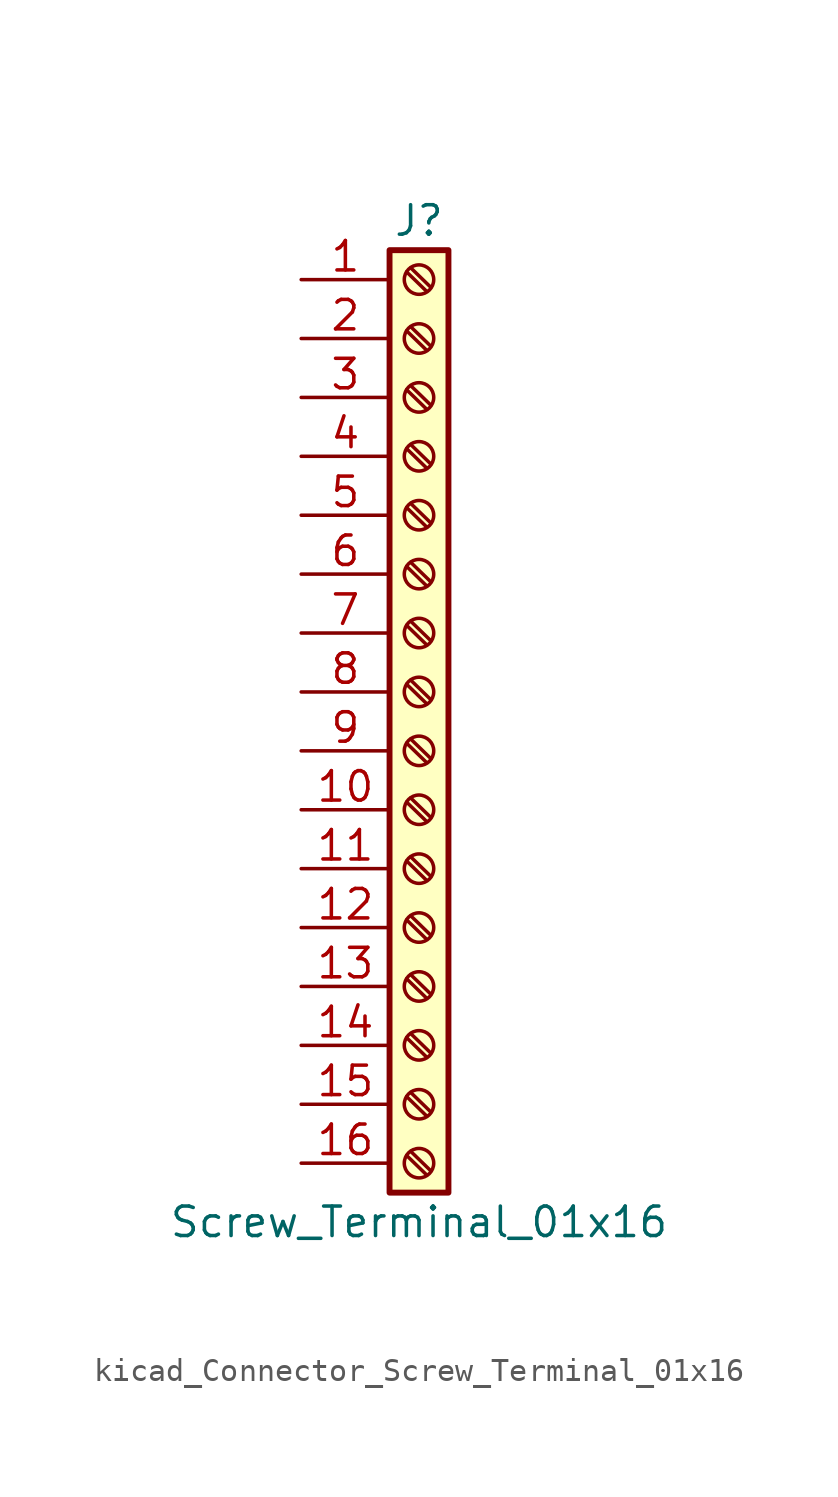
<source format=kicad_sym>
(kicad_symbol_lib
  (version 20220914)
  (generator kicad_symbol_editor)
  (symbol "kicad_Connector_Screw_Terminal_01x16"
    (pin_names
      (offset 1.016) hide)
    (property "Reference" "J"
      (at 0 20.32 0)
      (effects (font (size 1.27 1.27))))
    (property "Value" "Screw_Terminal_01x16"
      (at 0 -22.86 0)
      (effects (font (size 1.27 1.27))))
    (symbol "kicad_Connector_Screw_Terminal_01x16_1_1"
      (rectangle (start -1.27 19.05) (end 1.27 -21.59) (stroke (width 0.254) (type default)) (fill (type background)))
      (circle (center 0 -20.32) (radius 0.635) (stroke (width 0.152) (type default)) (fill (type none)))
      (circle (center 0 -17.78) (radius 0.635) (stroke (width 0.152) (type default)) (fill (type none)))
      (circle (center 0 -15.24) (radius 0.635) (stroke (width 0.152) (type default)) (fill (type none)))
      (circle (center 0 -12.7) (radius 0.635) (stroke (width 0.152) (type default)) (fill (type none)))
      (circle (center 0 -10.16) (radius 0.635) (stroke (width 0.152) (type default)) (fill (type none)))
      (circle (center 0 -7.62) (radius 0.635) (stroke (width 0.152) (type default)) (fill (type none)))
      (circle (center 0 -5.08) (radius 0.635) (stroke (width 0.152) (type default)) (fill (type none)))
      (circle (center 0 -2.54) (radius 0.635) (stroke (width 0.152) (type default)) (fill (type none)))
      (polyline (pts (xy -0.533 -19.99) (xy 0.33 -20.828)) (stroke (width 0.152) (type default)) (fill (type none)))
      (polyline (pts (xy -0.533 -17.45) (xy 0.33 -18.288)) (stroke (width 0.152) (type default)) (fill (type none)))
      (polyline (pts (xy -0.533 -14.91) (xy 0.33 -15.748)) (stroke (width 0.152) (type default)) (fill (type none)))
      (polyline (pts (xy -0.533 -12.37) (xy 0.33 -13.208)) (stroke (width 0.152) (type default)) (fill (type none)))
      (polyline (pts (xy -0.533 -9.83) (xy 0.33 -10.668)) (stroke (width 0.152) (type default)) (fill (type none)))
      (polyline (pts (xy -0.533 -7.29) (xy 0.33 -8.128)) (stroke (width 0.152) (type default)) (fill (type none)))
      (polyline (pts (xy -0.533 -4.75) (xy 0.33 -5.588)) (stroke (width 0.152) (type default)) (fill (type none)))
      (polyline (pts (xy -0.533 -2.21) (xy 0.33 -3.048)) (stroke (width 0.152) (type default)) (fill (type none)))
      (polyline (pts (xy -0.533 0.33) (xy 0.33 -0.508)) (stroke (width 0.152) (type default)) (fill (type none)))
      (polyline (pts (xy -0.533 2.87) (xy 0.33 2.032)) (stroke (width 0.152) (type default)) (fill (type none)))
      (polyline (pts (xy -0.533 5.41) (xy 0.33 4.572)) (stroke (width 0.152) (type default)) (fill (type none)))
      (polyline (pts (xy -0.533 7.95) (xy 0.33 7.112)) (stroke (width 0.152) (type default)) (fill (type none)))
      (polyline (pts (xy -0.533 10.49) (xy 0.33 9.652)) (stroke (width 0.152) (type default)) (fill (type none)))
      (polyline (pts (xy -0.533 13.03) (xy 0.33 12.192)) (stroke (width 0.152) (type default)) (fill (type none)))
      (polyline (pts (xy -0.533 15.57) (xy 0.33 14.732)) (stroke (width 0.152) (type default)) (fill (type none)))
      (polyline (pts (xy -0.533 18.11) (xy 0.33 17.272)) (stroke (width 0.152) (type default)) (fill (type none)))
      (polyline (pts (xy -0.356 -19.812) (xy 0.508 -20.65)) (stroke (width 0.152) (type default)) (fill (type none)))
      (polyline (pts (xy -0.356 -17.272) (xy 0.508 -18.11)) (stroke (width 0.152) (type default)) (fill (type none)))
      (polyline (pts (xy -0.356 -14.732) (xy 0.508 -15.57)) (stroke (width 0.152) (type default)) (fill (type none)))
      (polyline (pts (xy -0.356 -12.192) (xy 0.508 -13.03)) (stroke (width 0.152) (type default)) (fill (type none)))
      (polyline (pts (xy -0.356 -9.652) (xy 0.508 -10.49)) (stroke (width 0.152) (type default)) (fill (type none)))
      (polyline (pts (xy -0.356 -7.112) (xy 0.508 -7.95)) (stroke (width 0.152) (type default)) (fill (type none)))
      (polyline (pts (xy -0.356 -4.572) (xy 0.508 -5.41)) (stroke (width 0.152) (type default)) (fill (type none)))
      (polyline (pts (xy -0.356 -2.032) (xy 0.508 -2.87)) (stroke (width 0.152) (type default)) (fill (type none)))
      (polyline (pts (xy -0.356 0.508) (xy 0.508 -0.33)) (stroke (width 0.152) (type default)) (fill (type none)))
      (polyline (pts (xy -0.356 3.048) (xy 0.508 2.21)) (stroke (width 0.152) (type default)) (fill (type none)))
      (polyline (pts (xy -0.356 5.588) (xy 0.508 4.75)) (stroke (width 0.152) (type default)) (fill (type none)))
      (polyline (pts (xy -0.356 8.128) (xy 0.508 7.29)) (stroke (width 0.152) (type default)) (fill (type none)))
      (polyline (pts (xy -0.356 10.668) (xy 0.508 9.83)) (stroke (width 0.152) (type default)) (fill (type none)))
      (polyline (pts (xy -0.356 13.208) (xy 0.508 12.37)) (stroke (width 0.152) (type default)) (fill (type none)))
      (polyline (pts (xy -0.356 15.748) (xy 0.508 14.91)) (stroke (width 0.152) (type default)) (fill (type none)))
      (polyline (pts (xy -0.356 18.288) (xy 0.508 17.45)) (stroke (width 0.152) (type default)) (fill (type none)))
      (circle (center 0 0) (radius 0.635) (stroke (width 0.152) (type default)) (fill (type none)))
      (circle (center 0 2.54) (radius 0.635) (stroke (width 0.152) (type default)) (fill (type none)))
      (circle (center 0 5.08) (radius 0.635) (stroke (width 0.152) (type default)) (fill (type none)))
      (circle (center 0 7.62) (radius 0.635) (stroke (width 0.152) (type default)) (fill (type none)))
      (circle (center 0 10.16) (radius 0.635) (stroke (width 0.152) (type default)) (fill (type none)))
      (circle (center 0 12.7) (radius 0.635) (stroke (width 0.152) (type default)) (fill (type none)))
      (circle (center 0 15.24) (radius 0.635) (stroke (width 0.152) (type default)) (fill (type none)))
      (circle (center 0 17.78) (radius 0.635) (stroke (width 0.152) (type default)) (fill (type none)))
      (pin passive line (at -5.08 17.78 0) (length 3.81) (name "Pin_1" (effects (font (size 1.27 1.27)))) (number "1" (effects (font (size 1.27 1.27)))))
      (pin passive line (at -5.08 -5.08 0) (length 3.81) (name "Pin_10" (effects (font (size 1.27 1.27)))) (number "10" (effects (font (size 1.27 1.27)))))
      (pin passive line (at -5.08 -7.62 0) (length 3.81) (name "Pin_11" (effects (font (size 1.27 1.27)))) (number "11" (effects (font (size 1.27 1.27)))))
      (pin passive line (at -5.08 -10.16 0) (length 3.81) (name "Pin_12" (effects (font (size 1.27 1.27)))) (number "12" (effects (font (size 1.27 1.27)))))
      (pin passive line (at -5.08 -12.7 0) (length 3.81) (name "Pin_13" (effects (font (size 1.27 1.27)))) (number "13" (effects (font (size 1.27 1.27)))))
      (pin passive line (at -5.08 -15.24 0) (length 3.81) (name "Pin_14" (effects (font (size 1.27 1.27)))) (number "14" (effects (font (size 1.27 1.27)))))
      (pin passive line (at -5.08 -17.78 0) (length 3.81) (name "Pin_15" (effects (font (size 1.27 1.27)))) (number "15" (effects (font (size 1.27 1.27)))))
      (pin passive line (at -5.08 -20.32 0) (length 3.81) (name "Pin_16" (effects (font (size 1.27 1.27)))) (number "16" (effects (font (size 1.27 1.27)))))
      (pin passive line (at -5.08 15.24 0) (length 3.81) (name "Pin_2" (effects (font (size 1.27 1.27)))) (number "2" (effects (font (size 1.27 1.27)))))
      (pin passive line (at -5.08 12.7 0) (length 3.81) (name "Pin_3" (effects (font (size 1.27 1.27)))) (number "3" (effects (font (size 1.27 1.27)))))
      (pin passive line (at -5.08 10.16 0) (length 3.81) (name "Pin_4" (effects (font (size 1.27 1.27)))) (number "4" (effects (font (size 1.27 1.27)))))
      (pin passive line (at -5.08 7.62 0) (length 3.81) (name "Pin_5" (effects (font (size 1.27 1.27)))) (number "5" (effects (font (size 1.27 1.27)))))
      (pin passive line (at -5.08 5.08 0) (length 3.81) (name "Pin_6" (effects (font (size 1.27 1.27)))) (number "6" (effects (font (size 1.27 1.27)))))
      (pin passive line (at -5.08 2.54 0) (length 3.81) (name "Pin_7" (effects (font (size 1.27 1.27)))) (number "7" (effects (font (size 1.27 1.27)))))
      (pin passive line (at -5.08 0 0) (length 3.81) (name "Pin_8" (effects (font (size 1.27 1.27)))) (number "8" (effects (font (size 1.27 1.27)))))
      (pin passive line (at -5.08 -2.54 0) (length 3.81) (name "Pin_9" (effects (font (size 1.27 1.27)))) (number "9" (effects (font (size 1.27 1.27))))))))
</source>
